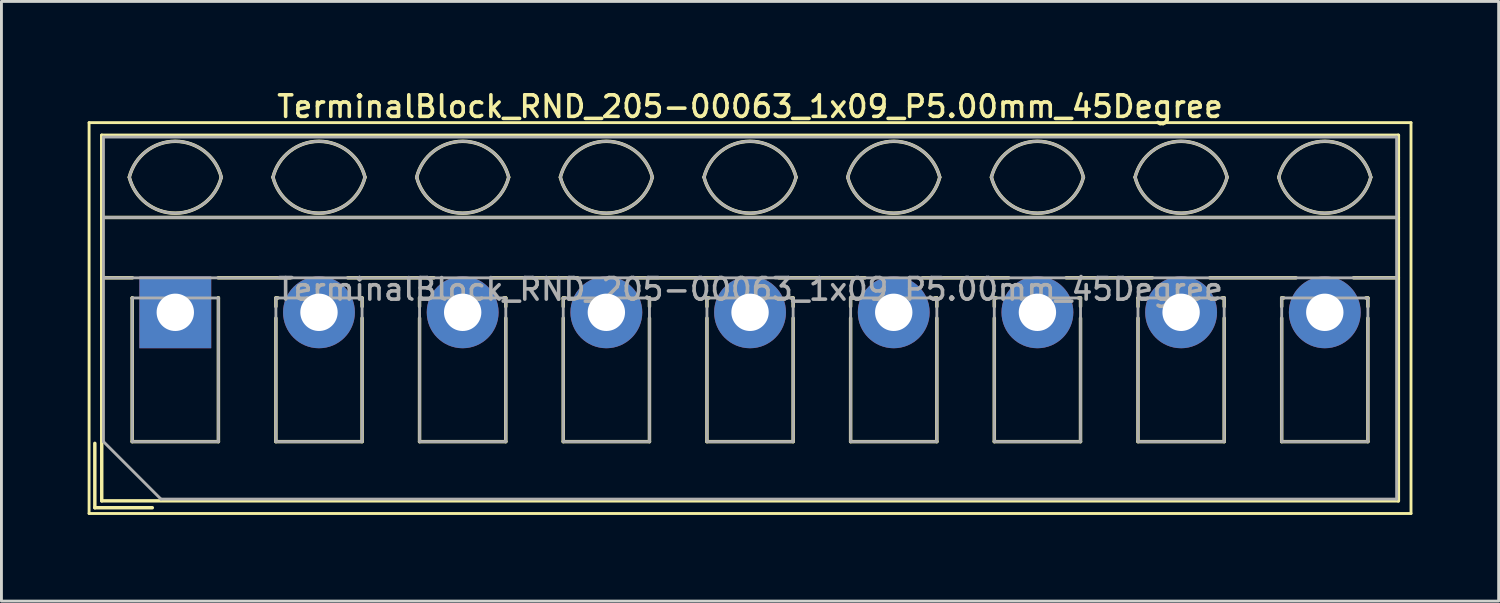
<source format=kicad_pcb>
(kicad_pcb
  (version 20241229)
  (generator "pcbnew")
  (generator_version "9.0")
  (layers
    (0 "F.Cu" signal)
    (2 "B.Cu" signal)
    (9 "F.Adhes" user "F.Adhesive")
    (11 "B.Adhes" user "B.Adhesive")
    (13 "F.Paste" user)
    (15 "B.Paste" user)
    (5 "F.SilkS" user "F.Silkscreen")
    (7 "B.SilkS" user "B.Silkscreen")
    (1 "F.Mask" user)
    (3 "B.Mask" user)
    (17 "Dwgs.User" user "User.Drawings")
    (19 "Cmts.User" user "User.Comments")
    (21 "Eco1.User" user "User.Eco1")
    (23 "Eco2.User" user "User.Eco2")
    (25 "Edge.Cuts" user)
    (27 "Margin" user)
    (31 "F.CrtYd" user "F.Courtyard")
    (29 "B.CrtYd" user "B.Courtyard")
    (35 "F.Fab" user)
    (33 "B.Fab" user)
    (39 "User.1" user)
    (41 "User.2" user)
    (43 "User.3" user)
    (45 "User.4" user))
  (footprint "TerminalBlock_RND_205-00063_1x09_P5.00mm_45Degree"
    (layer "F.Cu")
    (at 3.05 7.818)
    (property "Reference" "TerminalBlock_RND_205-00063_1x09_P5.00mm_45Degree" (at 20 -7.16 0) (layer "F.SilkS") (effects (font (size 0.75 0.75) (thickness 0.125))))
    (attr through_hole)
    (fp_line (start -3 -6.6) (end -3 7) (stroke (width 0.1) (type solid)) (layer "F.SilkS"))
    (fp_line (start -3 7) (end 43 7) (stroke (width 0.1) (type solid)) (layer "F.SilkS"))
    (fp_line (start -2.8 4.56) (end -2.8 6.8) (stroke (width 0.12) (type solid)) (layer "F.SilkS"))
    (fp_line (start -2.8 6.8) (end -0.8 6.8) (stroke (width 0.12) (type solid)) (layer "F.SilkS"))
    (fp_line (start -2.56 -6.16) (end -2.56 6.56) (stroke (width 0.12) (type solid)) (layer "F.SilkS"))
    (fp_line (start -2.56 -6.16) (end 42.56 -6.16) (stroke (width 0.12) (type solid)) (layer "F.SilkS"))
    (fp_line (start -2.56 -3.301) (end 42.56 -3.301) (stroke (width 0.12) (type solid)) (layer "F.SilkS"))
    (fp_line (start -2.56 -1.201) (end -1.49 -1.201) (stroke (width 0.12) (type solid)) (layer "F.SilkS"))
    (fp_line (start -2.56 6.56) (end 42.56 6.56) (stroke (width 0.12) (type solid)) (layer "F.SilkS"))
    (fp_line (start -1.5 -0.5) (end -1.5 4.5) (stroke (width 0.12) (type solid)) (layer "F.SilkS"))
    (fp_line (start -1.5 -0.5) (end -1.49 -0.5) (stroke (width 0.12) (type solid)) (layer "F.SilkS"))
    (fp_line (start -1.5 4.5) (end 1.5 4.5) (stroke (width 0.12) (type solid)) (layer "F.SilkS"))
    (fp_line (start 1.49 -1.201) (end 4 -1.201) (stroke (width 0.12) (type solid)) (layer "F.SilkS"))
    (fp_line (start 1.49 -0.5) (end 1.5 -0.5) (stroke (width 0.12) (type solid)) (layer "F.SilkS"))
    (fp_line (start 1.5 -0.5) (end 1.5 4.5) (stroke (width 0.12) (type solid)) (layer "F.SilkS"))
    (fp_line (start 3.5 -0.5) (end 3.5 -0.202) (stroke (width 0.12) (type solid)) (layer "F.SilkS"))
    (fp_line (start 3.5 -0.5) (end 3.57 -0.5) (stroke (width 0.12) (type solid)) (layer "F.SilkS"))
    (fp_line (start 3.5 0.202) (end 3.5 4.5) (stroke (width 0.12) (type solid)) (layer "F.SilkS"))
    (fp_line (start 3.5 4.5) (end 6.5 4.5) (stroke (width 0.12) (type solid)) (layer "F.SilkS"))
    (fp_line (start 6.001 -1.201) (end 9 -1.201) (stroke (width 0.12) (type solid)) (layer "F.SilkS"))
    (fp_line (start 6.431 -0.5) (end 6.5 -0.5) (stroke (width 0.12) (type solid)) (layer "F.SilkS"))
    (fp_line (start 6.5 -0.5) (end 6.5 -0.202) (stroke (width 0.12) (type solid)) (layer "F.SilkS"))
    (fp_line (start 6.5 0.202) (end 6.5 4.5) (stroke (width 0.12) (type solid)) (layer "F.SilkS"))
    (fp_line (start 8.5 -0.5) (end 8.5 -0.202) (stroke (width 0.12) (type solid)) (layer "F.SilkS"))
    (fp_line (start 8.5 -0.5) (end 8.57 -0.5) (stroke (width 0.12) (type solid)) (layer "F.SilkS"))
    (fp_line (start 8.5 0.202) (end 8.5 4.5) (stroke (width 0.12) (type solid)) (layer "F.SilkS"))
    (fp_line (start 8.5 4.5) (end 11.5 4.5) (stroke (width 0.12) (type solid)) (layer "F.SilkS"))
    (fp_line (start 11.001 -1.201) (end 14 -1.201) (stroke (width 0.12) (type solid)) (layer "F.SilkS"))
    (fp_line (start 11.431 -0.5) (end 11.5 -0.5) (stroke (width 0.12) (type solid)) (layer "F.SilkS"))
    (fp_line (start 11.5 -0.5) (end 11.5 -0.202) (stroke (width 0.12) (type solid)) (layer "F.SilkS"))
    (fp_line (start 11.5 0.202) (end 11.5 4.5) (stroke (width 0.12) (type solid)) (layer "F.SilkS"))
    (fp_line (start 13.5 -0.5) (end 13.5 -0.202) (stroke (width 0.12) (type solid)) (layer "F.SilkS"))
    (fp_line (start 13.5 -0.5) (end 13.57 -0.5) (stroke (width 0.12) (type solid)) (layer "F.SilkS"))
    (fp_line (start 13.5 0.202) (end 13.5 4.5) (stroke (width 0.12) (type solid)) (layer "F.SilkS"))
    (fp_line (start 13.5 4.5) (end 16.5 4.5) (stroke (width 0.12) (type solid)) (layer "F.SilkS"))
    (fp_line (start 16.001 -1.201) (end 19 -1.201) (stroke (width 0.12) (type solid)) (layer "F.SilkS"))
    (fp_line (start 16.431 -0.5) (end 16.5 -0.5) (stroke (width 0.12) (type solid)) (layer "F.SilkS"))
    (fp_line (start 16.5 -0.5) (end 16.5 -0.202) (stroke (width 0.12) (type solid)) (layer "F.SilkS"))
    (fp_line (start 16.5 0.202) (end 16.5 4.5) (stroke (width 0.12) (type solid)) (layer "F.SilkS"))
    (fp_line (start 18.5 -0.5) (end 18.5 -0.202) (stroke (width 0.12) (type solid)) (layer "F.SilkS"))
    (fp_line (start 18.5 -0.5) (end 18.57 -0.5) (stroke (width 0.12) (type solid)) (layer "F.SilkS"))
    (fp_line (start 18.5 0.202) (end 18.5 4.5) (stroke (width 0.12) (type solid)) (layer "F.SilkS"))
    (fp_line (start 18.5 4.5) (end 21.5 4.5) (stroke (width 0.12) (type solid)) (layer "F.SilkS"))
    (fp_line (start 21.001 -1.201) (end 24 -1.201) (stroke (width 0.12) (type solid)) (layer "F.SilkS"))
    (fp_line (start 21.431 -0.5) (end 21.5 -0.5) (stroke (width 0.12) (type solid)) (layer "F.SilkS"))
    (fp_line (start 21.5 -0.5) (end 21.5 -0.202) (stroke (width 0.12) (type solid)) (layer "F.SilkS"))
    (fp_line (start 21.5 0.202) (end 21.5 4.5) (stroke (width 0.12) (type solid)) (layer "F.SilkS"))
    (fp_line (start 23.5 -0.5) (end 23.5 -0.202) (stroke (width 0.12) (type solid)) (layer "F.SilkS"))
    (fp_line (start 23.5 -0.5) (end 23.57 -0.5) (stroke (width 0.12) (type solid)) (layer "F.SilkS"))
    (fp_line (start 23.5 0.202) (end 23.5 4.5) (stroke (width 0.12) (type solid)) (layer "F.SilkS"))
    (fp_line (start 23.5 4.5) (end 26.5 4.5) (stroke (width 0.12) (type solid)) (layer "F.SilkS"))
    (fp_line (start 26.001 -1.201) (end 29 -1.201) (stroke (width 0.12) (type solid)) (layer "F.SilkS"))
    (fp_line (start 26.431 -0.5) (end 26.5 -0.5) (stroke (width 0.12) (type solid)) (layer "F.SilkS"))
    (fp_line (start 26.5 -0.5) (end 26.5 -0.202) (stroke (width 0.12) (type solid)) (layer "F.SilkS"))
    (fp_line (start 26.5 0.202) (end 26.5 4.5) (stroke (width 0.12) (type solid)) (layer "F.SilkS"))
    (fp_line (start 28.5 -0.5) (end 28.5 -0.202) (stroke (width 0.12) (type solid)) (layer "F.SilkS"))
    (fp_line (start 28.5 -0.5) (end 28.57 -0.5) (stroke (width 0.12) (type solid)) (layer "F.SilkS"))
    (fp_line (start 28.5 0.202) (end 28.5 4.5) (stroke (width 0.12) (type solid)) (layer "F.SilkS"))
    (fp_line (start 28.5 4.5) (end 31.5 4.5) (stroke (width 0.12) (type solid)) (layer "F.SilkS"))
    (fp_line (start 31.001 -1.201) (end 34 -1.201) (stroke (width 0.12) (type solid)) (layer "F.SilkS"))
    (fp_line (start 31.431 -0.5) (end 31.5 -0.5) (stroke (width 0.12) (type solid)) (layer "F.SilkS"))
    (fp_line (start 31.5 -0.5) (end 31.5 -0.202) (stroke (width 0.12) (type solid)) (layer "F.SilkS"))
    (fp_line (start 31.5 0.202) (end 31.5 4.5) (stroke (width 0.12) (type solid)) (layer "F.SilkS"))
    (fp_line (start 33.5 -0.5) (end 33.5 -0.202) (stroke (width 0.12) (type solid)) (layer "F.SilkS"))
    (fp_line (start 33.5 -0.5) (end 33.57 -0.5) (stroke (width 0.12) (type solid)) (layer "F.SilkS"))
    (fp_line (start 33.5 0.202) (end 33.5 4.5) (stroke (width 0.12) (type solid)) (layer "F.SilkS"))
    (fp_line (start 33.5 4.5) (end 36.5 4.5) (stroke (width 0.12) (type solid)) (layer "F.SilkS"))
    (fp_line (start 36.001 -1.201) (end 39 -1.201) (stroke (width 0.12) (type solid)) (layer "F.SilkS"))
    (fp_line (start 36.431 -0.5) (end 36.5 -0.5) (stroke (width 0.12) (type solid)) (layer "F.SilkS"))
    (fp_line (start 36.5 -0.5) (end 36.5 -0.202) (stroke (width 0.12) (type solid)) (layer "F.SilkS"))
    (fp_line (start 36.5 0.202) (end 36.5 4.5) (stroke (width 0.12) (type solid)) (layer "F.SilkS"))
    (fp_line (start 38.5 -0.5) (end 38.5 -0.202) (stroke (width 0.12) (type solid)) (layer "F.SilkS"))
    (fp_line (start 38.5 -0.5) (end 38.57 -0.5) (stroke (width 0.12) (type solid)) (layer "F.SilkS"))
    (fp_line (start 38.5 0.202) (end 38.5 4.5) (stroke (width 0.12) (type solid)) (layer "F.SilkS"))
    (fp_line (start 38.5 4.5) (end 41.5 4.5) (stroke (width 0.12) (type solid)) (layer "F.SilkS"))
    (fp_line (start 41.001 -1.201) (end 42.56 -1.201) (stroke (width 0.12) (type solid)) (layer "F.SilkS"))
    (fp_line (start 41.431 -0.5) (end 41.5 -0.5) (stroke (width 0.12) (type solid)) (layer "F.SilkS"))
    (fp_line (start 41.5 -0.5) (end 41.5 -0.202) (stroke (width 0.12) (type solid)) (layer "F.SilkS"))
    (fp_line (start 41.5 0.202) (end 41.5 4.5) (stroke (width 0.12) (type solid)) (layer "F.SilkS"))
    (fp_line (start 42.56 -6.16) (end 42.56 6.56) (stroke (width 0.12) (type solid)) (layer "F.SilkS"))
    (fp_line (start 43 -6.6) (end -3 -6.6) (stroke (width 0.1) (type solid)) (layer "F.SilkS"))
    (fp_line (start 43 7) (end 43 -6.6) (stroke (width 0.1) (type solid)) (layer "F.SilkS"))
    (fp_arc (start -1.600914 -4.700344) (mid 0.000177 -5.95097) (end 1.601 -4.7) (stroke (width 0.12) (type solid)) (layer "F.SilkS"))
    (fp_arc (start 1.6 -4.7) (mid -0.000064 -3.45) (end -1.600031 -4.700125) (stroke (width 0.12) (type solid)) (layer "F.SilkS"))
    (fp_arc (start 3.399086 -4.700344) (mid 5.000177 -5.95097) (end 6.601 -4.7) (stroke (width 0.12) (type solid)) (layer "F.SilkS"))
    (fp_arc (start 6.6 -4.7) (mid 4.999936 -3.45) (end 3.399969 -4.700125) (stroke (width 0.12) (type solid)) (layer "F.SilkS"))
    (fp_arc (start 8.399086 -4.700344) (mid 10.000177 -5.95097) (end 11.601 -4.7) (stroke (width 0.12) (type solid)) (layer "F.SilkS"))
    (fp_arc (start 11.6 -4.7) (mid 9.999936 -3.45) (end 8.399969 -4.700125) (stroke (width 0.12) (type solid)) (layer "F.SilkS"))
    (fp_arc (start 13.399086 -4.700344) (mid 15.000177 -5.95097) (end 16.601 -4.7) (stroke (width 0.12) (type solid)) (layer "F.SilkS"))
    (fp_arc (start 16.6 -4.7) (mid 14.999936 -3.45) (end 13.399969 -4.700125) (stroke (width 0.12) (type solid)) (layer "F.SilkS"))
    (fp_arc (start 18.399086 -4.700344) (mid 20.000177 -5.95097) (end 21.601 -4.7) (stroke (width 0.12) (type solid)) (layer "F.SilkS"))
    (fp_arc (start 21.6 -4.7) (mid 19.999936 -3.45) (end 18.399969 -4.700125) (stroke (width 0.12) (type solid)) (layer "F.SilkS"))
    (fp_arc (start 23.399086 -4.700344) (mid 25.000177 -5.95097) (end 26.601 -4.7) (stroke (width 0.12) (type solid)) (layer "F.SilkS"))
    (fp_arc (start 26.6 -4.7) (mid 24.999936 -3.45) (end 23.399969 -4.700125) (stroke (width 0.12) (type solid)) (layer "F.SilkS"))
    (fp_arc (start 28.399086 -4.700344) (mid 30.000177 -5.95097) (end 31.601 -4.7) (stroke (width 0.12) (type solid)) (layer "F.SilkS"))
    (fp_arc (start 31.6 -4.7) (mid 29.999936 -3.45) (end 28.399969 -4.700125) (stroke (width 0.12) (type solid)) (layer "F.SilkS"))
    (fp_arc (start 33.399086 -4.700344) (mid 35.000177 -5.95097) (end 36.601 -4.7) (stroke (width 0.12) (type solid)) (layer "F.SilkS"))
    (fp_arc (start 36.6 -4.7) (mid 34.999936 -3.45) (end 33.399969 -4.700125) (stroke (width 0.12) (type solid)) (layer "F.SilkS"))
    (fp_arc (start 38.399086 -4.700344) (mid 40.000177 -5.95097) (end 41.601 -4.7) (stroke (width 0.12) (type solid)) (layer "F.SilkS"))
    (fp_arc (start 41.6 -4.7) (mid 39.999936 -3.45) (end 38.399969 -4.700125) (stroke (width 0.12) (type solid)) (layer "F.SilkS"))
    (fp_line (start -2.5 -6.1) (end 42.5 -6.1) (stroke (width 0.1) (type solid)) (layer "F.Fab"))
    (fp_line (start -2.5 -3.3) (end 42.5 -3.3) (stroke (width 0.1) (type solid)) (layer "F.Fab"))
    (fp_line (start -2.5 -1.2) (end 42.5 -1.2) (stroke (width 0.1) (type solid)) (layer "F.Fab"))
    (fp_line (start -2.5 4.5) (end -2.5 -6.1) (stroke (width 0.1) (type solid)) (layer "F.Fab"))
    (fp_line (start -1.5 -0.5) (end -1.5 4.5) (stroke (width 0.1) (type solid)) (layer "F.Fab"))
    (fp_line (start -1.5 4.5) (end 1.5 4.5) (stroke (width 0.1) (type solid)) (layer "F.Fab"))
    (fp_line (start -0.5 6.5) (end -2.5 4.5) (stroke (width 0.1) (type solid)) (layer "F.Fab"))
    (fp_line (start 1.5 -0.5) (end -1.5 -0.5) (stroke (width 0.1) (type solid)) (layer "F.Fab"))
    (fp_line (start 1.5 4.5) (end 1.5 -0.5) (stroke (width 0.1) (type solid)) (layer "F.Fab"))
    (fp_line (start 3.5 -0.5) (end 3.5 4.5) (stroke (width 0.1) (type solid)) (layer "F.Fab"))
    (fp_line (start 3.5 4.5) (end 6.5 4.5) (stroke (width 0.1) (type solid)) (layer "F.Fab"))
    (fp_line (start 6.5 -0.5) (end 3.5 -0.5) (stroke (width 0.1) (type solid)) (layer "F.Fab"))
    (fp_line (start 6.5 4.5) (end 6.5 -0.5) (stroke (width 0.1) (type solid)) (layer "F.Fab"))
    (fp_line (start 8.5 -0.5) (end 8.5 4.5) (stroke (width 0.1) (type solid)) (layer "F.Fab"))
    (fp_line (start 8.5 4.5) (end 11.5 4.5) (stroke (width 0.1) (type solid)) (layer "F.Fab"))
    (fp_line (start 11.5 -0.5) (end 8.5 -0.5) (stroke (width 0.1) (type solid)) (layer "F.Fab"))
    (fp_line (start 11.5 4.5) (end 11.5 -0.5) (stroke (width 0.1) (type solid)) (layer "F.Fab"))
    (fp_line (start 13.5 -0.5) (end 13.5 4.5) (stroke (width 0.1) (type solid)) (layer "F.Fab"))
    (fp_line (start 13.5 4.5) (end 16.5 4.5) (stroke (width 0.1) (type solid)) (layer "F.Fab"))
    (fp_line (start 16.5 -0.5) (end 13.5 -0.5) (stroke (width 0.1) (type solid)) (layer "F.Fab"))
    (fp_line (start 16.5 4.5) (end 16.5 -0.5) (stroke (width 0.1) (type solid)) (layer "F.Fab"))
    (fp_line (start 18.5 -0.5) (end 18.5 4.5) (stroke (width 0.1) (type solid)) (layer "F.Fab"))
    (fp_line (start 18.5 4.5) (end 21.5 4.5) (stroke (width 0.1) (type solid)) (layer "F.Fab"))
    (fp_line (start 21.5 -0.5) (end 18.5 -0.5) (stroke (width 0.1) (type solid)) (layer "F.Fab"))
    (fp_line (start 21.5 4.5) (end 21.5 -0.5) (stroke (width 0.1) (type solid)) (layer "F.Fab"))
    (fp_line (start 23.5 -0.5) (end 23.5 4.5) (stroke (width 0.1) (type solid)) (layer "F.Fab"))
    (fp_line (start 23.5 4.5) (end 26.5 4.5) (stroke (width 0.1) (type solid)) (layer "F.Fab"))
    (fp_line (start 26.5 -0.5) (end 23.5 -0.5) (stroke (width 0.1) (type solid)) (layer "F.Fab"))
    (fp_line (start 26.5 4.5) (end 26.5 -0.5) (stroke (width 0.1) (type solid)) (layer "F.Fab"))
    (fp_line (start 28.5 -0.5) (end 28.5 4.5) (stroke (width 0.1) (type solid)) (layer "F.Fab"))
    (fp_line (start 28.5 4.5) (end 31.5 4.5) (stroke (width 0.1) (type solid)) (layer "F.Fab"))
    (fp_line (start 31.5 -0.5) (end 28.5 -0.5) (stroke (width 0.1) (type solid)) (layer "F.Fab"))
    (fp_line (start 31.5 4.5) (end 31.5 -0.5) (stroke (width 0.1) (type solid)) (layer "F.Fab"))
    (fp_line (start 33.5 -0.5) (end 33.5 4.5) (stroke (width 0.1) (type solid)) (layer "F.Fab"))
    (fp_line (start 33.5 4.5) (end 36.5 4.5) (stroke (width 0.1) (type solid)) (layer "F.Fab"))
    (fp_line (start 36.5 -0.5) (end 33.5 -0.5) (stroke (width 0.1) (type solid)) (layer "F.Fab"))
    (fp_line (start 36.5 4.5) (end 36.5 -0.5) (stroke (width 0.1) (type solid)) (layer "F.Fab"))
    (fp_line (start 38.5 -0.5) (end 38.5 4.5) (stroke (width 0.1) (type solid)) (layer "F.Fab"))
    (fp_line (start 38.5 4.5) (end 41.5 4.5) (stroke (width 0.1) (type solid)) (layer "F.Fab"))
    (fp_line (start 41.5 -0.5) (end 38.5 -0.5) (stroke (width 0.1) (type solid)) (layer "F.Fab"))
    (fp_line (start 41.5 4.5) (end 41.5 -0.5) (stroke (width 0.1) (type solid)) (layer "F.Fab"))
    (fp_line (start 42.5 -6.1) (end 42.5 6.5) (stroke (width 0.1) (type solid)) (layer "F.Fab"))
    (fp_line (start 42.5 6.5) (end -0.5 6.5) (stroke (width 0.1) (type solid)) (layer "F.Fab"))
    (fp_arc (start -1.600914 -4.700344) (mid 0.000177 -5.95097) (end 1.601 -4.7) (stroke (width 0.1) (type solid)) (layer "F.Fab"))
    (fp_arc (start 1.6 -4.7) (mid -0.000064 -3.45) (end -1.600031 -4.700125) (stroke (width 0.1) (type solid)) (layer "F.Fab"))
    (fp_arc (start 3.399086 -4.700344) (mid 5.000177 -5.95097) (end 6.601 -4.7) (stroke (width 0.1) (type solid)) (layer "F.Fab"))
    (fp_arc (start 6.6 -4.7) (mid 4.999936 -3.45) (end 3.399969 -4.700125) (stroke (width 0.1) (type solid)) (layer "F.Fab"))
    (fp_arc (start 8.399086 -4.700344) (mid 10.000177 -5.95097) (end 11.601 -4.7) (stroke (width 0.1) (type solid)) (layer "F.Fab"))
    (fp_arc (start 11.6 -4.7) (mid 9.999936 -3.45) (end 8.399969 -4.700125) (stroke (width 0.1) (type solid)) (layer "F.Fab"))
    (fp_arc (start 13.399086 -4.700344) (mid 15.000177 -5.95097) (end 16.601 -4.7) (stroke (width 0.1) (type solid)) (layer "F.Fab"))
    (fp_arc (start 16.6 -4.7) (mid 14.999936 -3.45) (end 13.399969 -4.700125) (stroke (width 0.1) (type solid)) (layer "F.Fab"))
    (fp_arc (start 18.399086 -4.700344) (mid 20.000177 -5.95097) (end 21.601 -4.7) (stroke (width 0.1) (type solid)) (layer "F.Fab"))
    (fp_arc (start 21.6 -4.7) (mid 19.999936 -3.45) (end 18.399969 -4.700125) (stroke (width 0.1) (type solid)) (layer "F.Fab"))
    (fp_arc (start 23.399086 -4.700344) (mid 25.000177 -5.95097) (end 26.601 -4.7) (stroke (width 0.1) (type solid)) (layer "F.Fab"))
    (fp_arc (start 26.6 -4.7) (mid 24.999936 -3.45) (end 23.399969 -4.700125) (stroke (width 0.1) (type solid)) (layer "F.Fab"))
    (fp_arc (start 28.399086 -4.700344) (mid 30.000177 -5.95097) (end 31.601 -4.7) (stroke (width 0.1) (type solid)) (layer "F.Fab"))
    (fp_arc (start 31.6 -4.7) (mid 29.999936 -3.45) (end 28.399969 -4.700125) (stroke (width 0.1) (type solid)) (layer "F.Fab"))
    (fp_arc (start 33.399086 -4.700344) (mid 35.000177 -5.95097) (end 36.601 -4.7) (stroke (width 0.1) (type solid)) (layer "F.Fab"))
    (fp_arc (start 36.6 -4.7) (mid 34.999936 -3.45) (end 33.399969 -4.700125) (stroke (width 0.1) (type solid)) (layer "F.Fab"))
    (fp_arc (start 38.399086 -4.700344) (mid 40.000177 -5.95097) (end 41.601 -4.7) (stroke (width 0.1) (type solid)) (layer "F.Fab"))
    (fp_arc (start 41.6 -4.7) (mid 39.999936 -3.45) (end 38.399969 -4.700125) (stroke (width 0.1) (type solid)) (layer "F.Fab"))
    (fp_text user "${REFERENCE}" (at 20 -0.8 0) (layer "F.Fab") (effects (font (size 0.75 0.75) (thickness 0.125))))
    (pad "1" thru_hole rect (at 0 0) (size 2.5 2.5) (drill 1.3) (layers "*.Cu" "*.Mask"))
    (pad "2" thru_hole circle (at 5 0) (size 2.5 2.5) (drill 1.3) (layers "*.Cu" "*.Mask"))
    (pad "3" thru_hole circle (at 10 0) (size 2.5 2.5) (drill 1.3) (layers "*.Cu" "*.Mask"))
    (pad "4" thru_hole circle (at 15 0) (size 2.5 2.5) (drill 1.3) (layers "*.Cu" "*.Mask"))
    (pad "5" thru_hole circle (at 20 0) (size 2.5 2.5) (drill 1.3) (layers "*.Cu" "*.Mask"))
    (pad "6" thru_hole circle (at 25 0) (size 2.5 2.5) (drill 1.3) (layers "*.Cu" "*.Mask"))
    (pad "7" thru_hole circle (at 30 0) (size 2.5 2.5) (drill 1.3) (layers "*.Cu" "*.Mask"))
    (pad "8" thru_hole circle (at 35 0) (size 2.5 2.5) (drill 1.3) (layers "*.Cu" "*.Mask"))
    (pad "9" thru_hole circle (at 40 0) (size 2.5 2.5) (drill 1.3) (layers "*.Cu" "*.Mask")))
  (gr_rect
    (start -3 -3)
    (end 49.1 17.868)
    (stroke (width 0.1) (type default))
    (fill no)
    (layer "Edge.Cuts")))
</source>
